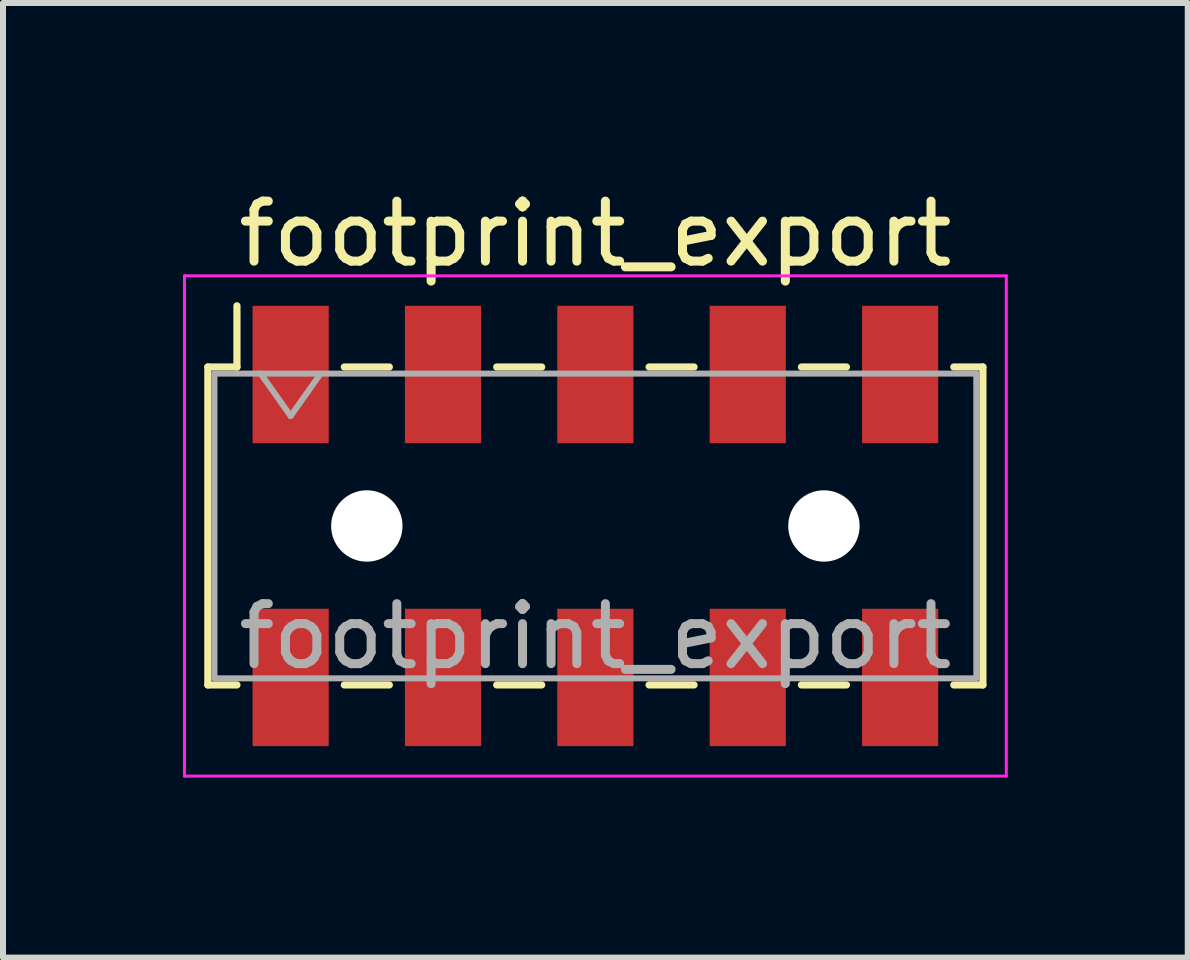
<source format=kicad_pcb>
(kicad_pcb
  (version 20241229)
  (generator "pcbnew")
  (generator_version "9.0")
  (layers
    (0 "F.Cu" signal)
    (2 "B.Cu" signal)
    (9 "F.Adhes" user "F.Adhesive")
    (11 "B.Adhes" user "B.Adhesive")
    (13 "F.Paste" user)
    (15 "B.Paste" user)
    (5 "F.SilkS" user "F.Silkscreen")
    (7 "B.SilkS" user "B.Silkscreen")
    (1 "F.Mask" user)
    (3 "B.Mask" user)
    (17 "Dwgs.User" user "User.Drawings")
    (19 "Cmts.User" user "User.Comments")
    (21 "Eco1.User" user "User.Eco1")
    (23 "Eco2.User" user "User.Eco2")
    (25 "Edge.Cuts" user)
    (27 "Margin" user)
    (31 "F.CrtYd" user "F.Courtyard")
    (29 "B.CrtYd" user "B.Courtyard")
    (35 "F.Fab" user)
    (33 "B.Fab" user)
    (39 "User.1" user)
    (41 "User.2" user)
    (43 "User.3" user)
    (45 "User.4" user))
  (footprint "footprint_export"
    (layer "F.Cu")
    (at 6.875 5.718)
    (property "Reference" "footprint_export" (at 0 -4.87 0) (layer "F.SilkS") (effects (font (size 1 1) (thickness 0.15))))
    (attr smd)
    (fp_line (start -6.46 -2.65) (end -6.46 2.65) (stroke (width 0.12) (type solid)) (layer "F.SilkS"))
    (fp_line (start -6.46 2.65) (end -5.975 2.65) (stroke (width 0.12) (type solid)) (layer "F.SilkS"))
    (fp_line (start -5.975 -3.67) (end -5.975 -2.65) (stroke (width 0.12) (type solid)) (layer "F.SilkS"))
    (fp_line (start -5.975 -2.65) (end -6.46 -2.65) (stroke (width 0.12) (type solid)) (layer "F.SilkS"))
    (fp_line (start -4.185 -2.65) (end -3.435 -2.65) (stroke (width 0.12) (type solid)) (layer "F.SilkS"))
    (fp_line (start -4.185 2.65) (end -3.435 2.65) (stroke (width 0.12) (type solid)) (layer "F.SilkS"))
    (fp_line (start -1.645 -2.65) (end -0.895 -2.65) (stroke (width 0.12) (type solid)) (layer "F.SilkS"))
    (fp_line (start -1.645 2.65) (end -0.895 2.65) (stroke (width 0.12) (type solid)) (layer "F.SilkS"))
    (fp_line (start 0.895 -2.65) (end 1.645 -2.65) (stroke (width 0.12) (type solid)) (layer "F.SilkS"))
    (fp_line (start 0.895 2.65) (end 1.645 2.65) (stroke (width 0.12) (type solid)) (layer "F.SilkS"))
    (fp_line (start 3.435 -2.65) (end 4.185 -2.65) (stroke (width 0.12) (type solid)) (layer "F.SilkS"))
    (fp_line (start 3.435 2.65) (end 4.185 2.65) (stroke (width 0.12) (type solid)) (layer "F.SilkS"))
    (fp_line (start 5.975 -2.65) (end 6.46 -2.65) (stroke (width 0.12) (type solid)) (layer "F.SilkS"))
    (fp_line (start 6.46 -2.65) (end 6.46 2.65) (stroke (width 0.12) (type solid)) (layer "F.SilkS"))
    (fp_line (start 6.46 2.65) (end 5.975 2.65) (stroke (width 0.12) (type solid)) (layer "F.SilkS"))
    (fp_line (start -6.85 -4.17) (end 6.85 -4.17) (stroke (width 0.05) (type solid)) (layer "F.CrtYd"))
    (fp_line (start -6.85 4.17) (end -6.85 -4.17) (stroke (width 0.05) (type solid)) (layer "F.CrtYd"))
    (fp_line (start 6.85 -4.17) (end 6.85 4.17) (stroke (width 0.05) (type solid)) (layer "F.CrtYd"))
    (fp_line (start 6.85 4.17) (end -6.85 4.17) (stroke (width 0.05) (type solid)) (layer "F.CrtYd"))
    (fp_line (start -6.35 -2.54) (end 6.35 -2.54) (stroke (width 0.1) (type solid)) (layer "F.Fab"))
    (fp_line (start -6.35 2.54) (end -6.35 -2.54) (stroke (width 0.1) (type solid)) (layer "F.Fab"))
    (fp_line (start -5.58 -2.54) (end -5.08 -1.833) (stroke (width 0.1) (type solid)) (layer "F.Fab"))
    (fp_line (start -5.08 -1.833) (end -4.58 -2.54) (stroke (width 0.1) (type solid)) (layer "F.Fab"))
    (fp_line (start 6.35 -2.54) (end 6.35 2.54) (stroke (width 0.1) (type solid)) (layer "F.Fab"))
    (fp_line (start 6.35 2.54) (end -6.35 2.54) (stroke (width 0.1) (type solid)) (layer "F.Fab"))
    (fp_text user "${REFERENCE}" (at 0 1.84 0) (layer "F.Fab") (effects (font (size 1 1) (thickness 0.15))))
    (pad "" np_thru_hole circle (at -3.81 0) (size 1.19 1.19) (drill 1.19) (layers "*.Cu" "*.Mask"))
    (pad "" np_thru_hole circle (at 3.81 0) (size 1.19 1.19) (drill 1.19) (layers "*.Cu" "*.Mask"))
    (pad "1" smd rect (at -5.08 -2.525) (size 1.27 2.29) (layers "F.Cu" "F.Mask" "F.Paste"))
    (pad "2" smd rect (at -5.08 2.525) (size 1.27 2.29) (layers "F.Cu" "F.Mask" "F.Paste"))
    (pad "3" smd rect (at -2.54 -2.525) (size 1.27 2.29) (layers "F.Cu" "F.Mask" "F.Paste"))
    (pad "4" smd rect (at -2.54 2.525) (size 1.27 2.29) (layers "F.Cu" "F.Mask" "F.Paste"))
    (pad "5" smd rect (at 0 -2.525) (size 1.27 2.29) (layers "F.Cu" "F.Mask" "F.Paste"))
    (pad "6" smd rect (at 0 2.525) (size 1.27 2.29) (layers "F.Cu" "F.Mask" "F.Paste"))
    (pad "7" smd rect (at 2.54 -2.525) (size 1.27 2.29) (layers "F.Cu" "F.Mask" "F.Paste"))
    (pad "8" smd rect (at 2.54 2.525) (size 1.27 2.29) (layers "F.Cu" "F.Mask" "F.Paste"))
    (pad "9" smd rect (at 5.08 -2.525) (size 1.27 2.29) (layers "F.Cu" "F.Mask" "F.Paste"))
    (pad "10" smd rect (at 5.08 2.525) (size 1.27 2.29) (layers "F.Cu" "F.Mask" "F.Paste")))
  (gr_rect
    (start -3 -3)
    (end 16.75 12.913)
    (stroke (width 0.1) (type default))
    (fill no)
    (layer "Edge.Cuts")))
</source>
